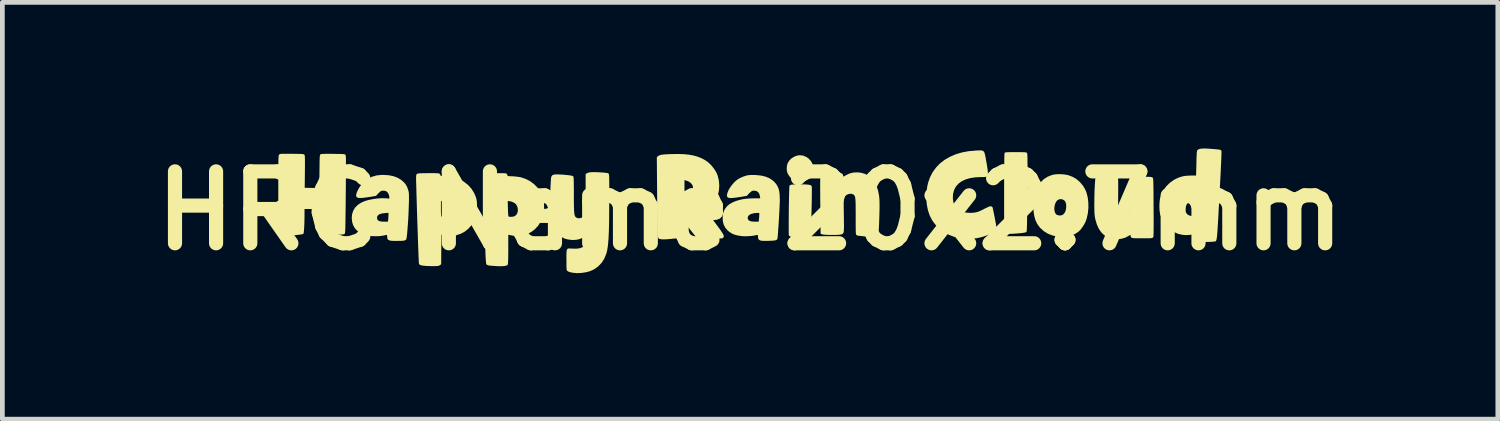
<source format=kicad_pcb>
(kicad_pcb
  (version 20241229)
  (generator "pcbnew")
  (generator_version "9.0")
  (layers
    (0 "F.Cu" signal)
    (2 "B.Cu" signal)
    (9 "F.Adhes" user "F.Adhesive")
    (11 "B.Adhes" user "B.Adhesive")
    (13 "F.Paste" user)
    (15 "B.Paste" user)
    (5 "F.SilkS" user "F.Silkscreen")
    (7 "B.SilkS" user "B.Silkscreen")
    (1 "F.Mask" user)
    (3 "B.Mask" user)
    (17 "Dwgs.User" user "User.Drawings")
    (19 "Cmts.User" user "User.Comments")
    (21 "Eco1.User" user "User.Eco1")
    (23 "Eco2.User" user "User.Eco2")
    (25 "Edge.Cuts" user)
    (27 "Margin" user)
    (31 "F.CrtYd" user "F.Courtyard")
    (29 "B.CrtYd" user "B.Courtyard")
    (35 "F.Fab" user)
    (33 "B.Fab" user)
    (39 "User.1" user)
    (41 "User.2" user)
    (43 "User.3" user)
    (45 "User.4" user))
  (footprint "HRC Name 20x2.7mm"
    (layer "F.Cu")
    (at 12.852 1.418)
    (property "Reference" "HRC Name 20x2.7mm" (at 0 0 0) (layer "F.SilkS") (effects (font (size 1.524 1.524) (thickness 0.3))))
    (attr board_only exclude_from_pos_files exclude_from_bom)
    (fp_poly (pts (xy 1.124 -1.169) (xy 1.186 -1.144) (xy 1.242 -1.106) (xy 1.288 -1.056) (xy 1.321 -0.998) (xy 1.34 -0.934) (xy 1.342 -0.919) (xy 1.339 -0.85) (xy 1.32 -0.785) (xy 1.287 -0.727) (xy 1.24 -0.679) (xy 1.184 -0.643) (xy 1.124 -0.622) (xy 1.084 -0.615) (xy 1.053 -0.613) (xy 1.02 -0.617) (xy 0.992 -0.623) (xy 0.932 -0.646) (xy 0.877 -0.684) (xy 0.83 -0.734) (xy 0.795 -0.795) (xy 0.792 -0.801) (xy 0.78 -0.848) (xy 0.777 -0.904) (xy 0.783 -0.96) (xy 0.797 -1.009) (xy 0.83 -1.063) (xy 0.877 -1.109) (xy 0.933 -1.145) (xy 0.995 -1.169) (xy 1.057 -1.177)) (stroke (width 0) (type solid)) (fill yes) (layer "F.SilkS"))
    (fp_poly (pts (xy 1.133 -0.559) (xy 1.192 -0.557) (xy 1.236 -0.553) (xy 1.268 -0.547) (xy 1.289 -0.538) (xy 1.303 -0.526) (xy 1.307 -0.52) (xy 1.308 -0.507) (xy 1.309 -0.477) (xy 1.31 -0.43) (xy 1.309 -0.367) (xy 1.309 -0.289) (xy 1.307 -0.197) (xy 1.305 -0.092) (xy 1.303 0.009) (xy 1.3 0.12) (xy 1.297 0.215) (xy 1.295 0.294) (xy 1.293 0.359) (xy 1.291 0.411) (xy 1.289 0.452) (xy 1.287 0.483) (xy 1.284 0.505) (xy 1.282 0.52) (xy 1.279 0.53) (xy 1.276 0.536) (xy 1.275 0.536) (xy 1.258 0.544) (xy 1.226 0.551) (xy 1.183 0.557) (xy 1.132 0.561) (xy 1.076 0.563) (xy 1.02 0.564) (xy 0.967 0.564) (xy 0.92 0.561) (xy 0.883 0.557) (xy 0.862 0.551) (xy 0.839 0.539) (xy 0.824 0.527) (xy 0.823 0.526) (xy 0.821 0.514) (xy 0.82 0.487) (xy 0.819 0.444) (xy 0.819 0.39) (xy 0.819 0.325) (xy 0.819 0.252) (xy 0.82 0.172) (xy 0.82 0.088) (xy 0.821 0.003) (xy 0.822 -0.083) (xy 0.824 -0.167) (xy 0.825 -0.247) (xy 0.827 -0.32) (xy 0.828 -0.386) (xy 0.83 -0.441) (xy 0.832 -0.485) (xy 0.833 -0.513) (xy 0.835 -0.526) (xy 0.84 -0.536) (xy 0.849 -0.544) (xy 0.864 -0.55) (xy 0.886 -0.554) (xy 0.919 -0.556) (xy 0.965 -0.558) (xy 1.026 -0.559) (xy 1.059 -0.559)) (stroke (width 0) (type solid)) (fill yes) (layer "F.SilkS"))
    (fp_poly (pts (xy 6.632 -0.773) (xy 6.699 -0.764) (xy 6.739 -0.756) (xy 6.834 -0.721) (xy 6.92 -0.671) (xy 6.995 -0.606) (xy 7.059 -0.529) (xy 7.11 -0.441) (xy 7.133 -0.382) (xy 7.158 -0.284) (xy 7.171 -0.176) (xy 7.173 -0.064) (xy 7.162 0.048) (xy 7.139 0.154) (xy 7.119 0.217) (xy 7.095 0.268) (xy 7.062 0.324) (xy 7.025 0.377) (xy 6.986 0.422) (xy 6.958 0.447) (xy 6.881 0.497) (xy 6.794 0.531) (xy 6.698 0.551) (xy 6.595 0.555) (xy 6.512 0.547) (xy 6.406 0.523) (xy 6.309 0.484) (xy 6.224 0.43) (xy 6.15 0.362) (xy 6.136 0.346) (xy 6.086 0.276) (xy 6.049 0.197) (xy 6.024 0.108) (xy 6.01 0.008) (xy 6.008 -0.047) (xy 6.45 -0.047) (xy 6.455 0.009) (xy 6.469 0.05) (xy 6.492 0.079) (xy 6.505 0.087) (xy 6.544 0.099) (xy 6.587 0.1) (xy 6.626 0.088) (xy 6.629 0.086) (xy 6.659 0.058) (xy 6.683 0.017) (xy 6.698 -0.035) (xy 6.703 -0.091) (xy 6.699 -0.15) (xy 6.683 -0.194) (xy 6.657 -0.224) (xy 6.618 -0.242) (xy 6.594 -0.247) (xy 6.553 -0.243) (xy 6.517 -0.224) (xy 6.488 -0.19) (xy 6.466 -0.144) (xy 6.453 -0.089) (xy 6.45 -0.047) (xy 6.008 -0.047) (xy 6.006 -0.084) (xy 6.013 -0.212) (xy 6.032 -0.329) (xy 6.063 -0.434) (xy 6.106 -0.526) (xy 6.161 -0.604) (xy 6.227 -0.669) (xy 6.303 -0.719) (xy 6.391 -0.755) (xy 6.435 -0.766) (xy 6.493 -0.774) (xy 6.561 -0.776)) (stroke (width 0) (type solid)) (fill yes) (layer "F.SilkS"))
    (fp_poly (pts (xy 5.702 -1.242) (xy 5.756 -1.242) (xy 5.797 -1.241) (xy 5.825 -1.24) (xy 5.845 -1.238) (xy 5.857 -1.235) (xy 5.864 -1.23) (xy 5.869 -1.225) (xy 5.872 -1.221) (xy 5.874 -1.216) (xy 5.876 -1.206) (xy 5.878 -1.19) (xy 5.879 -1.168) (xy 5.88 -1.138) (xy 5.881 -1.099) (xy 5.881 -1.051) (xy 5.882 -0.991) (xy 5.882 -0.919) (xy 5.881 -0.834) (xy 5.881 -0.735) (xy 5.88 -0.62) (xy 5.879 -0.488) (xy 5.878 -0.382) (xy 5.877 -0.239) (xy 5.876 -0.114) (xy 5.875 -0.004) (xy 5.874 0.09) (xy 5.873 0.17) (xy 5.872 0.238) (xy 5.871 0.293) (xy 5.869 0.338) (xy 5.868 0.374) (xy 5.867 0.401) (xy 5.865 0.421) (xy 5.863 0.435) (xy 5.861 0.444) (xy 5.858 0.449) (xy 5.857 0.45) (xy 5.845 0.457) (xy 5.822 0.463) (xy 5.785 0.469) (xy 5.733 0.475) (xy 5.7 0.478) (xy 5.624 0.484) (xy 5.564 0.488) (xy 5.519 0.49) (xy 5.484 0.489) (xy 5.459 0.486) (xy 5.442 0.481) (xy 5.417 0.468) (xy 5.402 0.457) (xy 5.399 0.454) (xy 5.397 0.448) (xy 5.395 0.44) (xy 5.393 0.427) (xy 5.391 0.408) (xy 5.39 0.383) (xy 5.389 0.351) (xy 5.388 0.309) (xy 5.387 0.257) (xy 5.387 0.194) (xy 5.386 0.119) (xy 5.386 0.03) (xy 5.386 -0.074) (xy 5.386 -0.193) (xy 5.386 -0.329) (xy 5.386 -0.382) (xy 5.386 -0.549) (xy 5.386 -0.698) (xy 5.387 -0.828) (xy 5.388 -0.94) (xy 5.389 -1.033) (xy 5.39 -1.108) (xy 5.391 -1.164) (xy 5.393 -1.202) (xy 5.395 -1.222) (xy 5.396 -1.224) (xy 5.399 -1.23) (xy 5.406 -1.234) (xy 5.417 -1.237) (xy 5.436 -1.24) (xy 5.463 -1.241) (xy 5.503 -1.242) (xy 5.556 -1.242) (xy 5.625 -1.242) (xy 5.632 -1.242)) (stroke (width 0) (type solid)) (fill yes) (layer "F.SilkS"))
    (fp_poly (pts (xy 4.921 -1.276) (xy 4.943 -1.267) (xy 4.96 -1.249) (xy 4.972 -1.222) (xy 4.982 -1.182) (xy 4.993 -1.128) (xy 5.002 -1.075) (xy 5.018 -0.99) (xy 5.029 -0.92) (xy 5.037 -0.866) (xy 5.041 -0.823) (xy 5.042 -0.79) (xy 5.039 -0.766) (xy 5.033 -0.747) (xy 5.023 -0.733) (xy 5.019 -0.728) (xy 5.009 -0.722) (xy 4.992 -0.718) (xy 4.964 -0.715) (xy 4.923 -0.714) (xy 4.892 -0.714) (xy 4.77 -0.708) (xy 4.661 -0.691) (xy 4.566 -0.663) (xy 4.485 -0.624) (xy 4.418 -0.574) (xy 4.365 -0.515) (xy 4.327 -0.445) (xy 4.305 -0.365) (xy 4.302 -0.347) (xy 4.299 -0.258) (xy 4.31 -0.18) (xy 4.336 -0.112) (xy 4.376 -0.056) (xy 4.43 -0.012) (xy 4.497 0.02) (xy 4.576 0.039) (xy 4.668 0.045) (xy 4.694 0.044) (xy 4.739 0.041) (xy 4.776 0.036) (xy 4.811 0.028) (xy 4.848 0.016) (xy 4.889 -0.002) (xy 4.941 -0.027) (xy 4.979 -0.047) (xy 5.026 -0.07) (xy 5.059 -0.085) (xy 5.082 -0.093) (xy 5.098 -0.096) (xy 5.11 -0.094) (xy 5.111 -0.093) (xy 5.13 -0.084) (xy 5.139 -0.076) (xy 5.143 -0.064) (xy 5.149 -0.038) (xy 5.157 0.002) (xy 5.168 0.052) (xy 5.179 0.11) (xy 5.187 0.147) (xy 5.201 0.222) (xy 5.212 0.28) (xy 5.218 0.324) (xy 5.221 0.354) (xy 5.221 0.372) (xy 5.22 0.379) (xy 5.202 0.401) (xy 5.174 0.429) (xy 5.138 0.457) (xy 5.101 0.483) (xy 5.071 0.501) (xy 5.018 0.523) (xy 4.955 0.545) (xy 4.886 0.565) (xy 4.82 0.579) (xy 4.795 0.583) (xy 4.737 0.589) (xy 4.667 0.592) (xy 4.593 0.592) (xy 4.52 0.588) (xy 4.457 0.582) (xy 4.436 0.579) (xy 4.315 0.549) (xy 4.202 0.504) (xy 4.098 0.445) (xy 4.005 0.374) (xy 3.924 0.29) (xy 3.857 0.197) (xy 3.808 0.1) (xy 3.771 -0.01) (xy 3.747 -0.129) (xy 3.736 -0.254) (xy 3.739 -0.382) (xy 3.755 -0.509) (xy 3.774 -0.593) (xy 3.815 -0.71) (xy 3.871 -0.818) (xy 3.942 -0.916) (xy 4.026 -1.003) (xy 4.124 -1.079) (xy 4.235 -1.143) (xy 4.357 -1.196) (xy 4.49 -1.236) (xy 4.634 -1.263) (xy 4.787 -1.276) (xy 4.793 -1.277) (xy 4.847 -1.279) (xy 4.889 -1.279)) (stroke (width 0) (type solid)) (fill yes) (layer "F.SilkS"))
    (fp_poly (pts (xy -6.743 -0.797) (xy -6.689 -0.797) (xy -6.65 -0.796) (xy -6.621 -0.794) (xy -6.602 -0.792) (xy -6.59 -0.788) (xy -6.582 -0.784) (xy -6.579 -0.78) (xy -6.567 -0.762) (xy -6.563 -0.749) (xy -6.56 -0.743) (xy -6.549 -0.738) (xy -6.528 -0.735) (xy -6.493 -0.732) (xy -6.45 -0.73) (xy -6.347 -0.721) (xy -6.257 -0.703) (xy -6.176 -0.674) (xy -6.099 -0.635) (xy -6.06 -0.61) (xy -5.974 -0.542) (xy -5.904 -0.463) (xy -5.849 -0.374) (xy -5.815 -0.293) (xy -5.805 -0.26) (xy -5.798 -0.231) (xy -5.793 -0.201) (xy -5.791 -0.165) (xy -5.79 -0.118) (xy -5.79 -0.088) (xy -5.792 -0.013) (xy -5.797 0.049) (xy -5.807 0.102) (xy -5.823 0.153) (xy -5.846 0.206) (xy -5.854 0.223) (xy -5.907 0.308) (xy -5.973 0.382) (xy -6.049 0.442) (xy -6.134 0.488) (xy -6.225 0.519) (xy -6.321 0.535) (xy -6.42 0.534) (xy -6.518 0.515) (xy -6.524 0.514) (xy -6.544 0.508) (xy -6.549 1.134) (xy -6.575 1.153) (xy -6.59 1.162) (xy -6.607 1.168) (xy -6.632 1.172) (xy -6.668 1.173) (xy -6.701 1.174) (xy -6.755 1.174) (xy -6.815 1.172) (xy -6.87 1.17) (xy -6.888 1.168) (xy -6.94 1.163) (xy -6.976 1.156) (xy -7 1.147) (xy -7.014 1.134) (xy -7.02 1.115) (xy -7.021 1.11) (xy -7.023 1.095) (xy -7.024 1.063) (xy -7.026 1.016) (xy -7.029 0.954) (xy -7.032 0.881) (xy -7.035 0.797) (xy -7.038 0.704) (xy -7.042 0.604) (xy -7.045 0.498) (xy -7.049 0.388) (xy -7.053 0.275) (xy -7.057 0.161) (xy -7.06 0.048) (xy -7.064 -0.063) (xy -7.067 -0.171) (xy -7.068 -0.206) (xy -6.554 -0.206) (xy -6.554 -0.044) (xy -6.554 0.019) (xy -6.552 0.066) (xy -6.55 0.097) (xy -6.547 0.116) (xy -6.543 0.123) (xy -6.542 0.124) (xy -6.513 0.129) (xy -6.475 0.129) (xy -6.438 0.123) (xy -6.409 0.112) (xy -6.408 0.112) (xy -6.375 0.084) (xy -6.354 0.049) (xy -6.344 0.002) (xy -6.345 -0.056) (xy -6.362 -0.107) (xy -6.395 -0.149) (xy -6.441 -0.18) (xy -6.499 -0.199) (xy -6.512 -0.201) (xy -6.554 -0.206) (xy -7.068 -0.206) (xy -7.07 -0.273) (xy -7.073 -0.368) (xy -7.075 -0.454) (xy -7.077 -0.531) (xy -7.079 -0.596) (xy -7.08 -0.647) (xy -7.081 -0.684) (xy -7.081 -0.704) (xy -7.081 -0.704) (xy -7.079 -0.74) (xy -7.075 -0.762) (xy -7.069 -0.775) (xy -7.058 -0.783) (xy -7.055 -0.785) (xy -7.04 -0.789) (xy -7.013 -0.793) (xy -6.972 -0.795) (xy -6.917 -0.796) (xy -6.845 -0.797) (xy -6.813 -0.797)) (stroke (width 0) (type solid)) (fill yes) (layer "F.SilkS"))
    (fp_poly (pts (xy -5.247 -0.796) (xy -5.208 -0.795) (xy -5.184 -0.794) (xy -5.177 -0.793) (xy -5.158 -0.781) (xy -5.147 -0.762) (xy -5.138 -0.735) (xy -5.028 -0.73) (xy -4.977 -0.726) (xy -4.926 -0.72) (xy -4.882 -0.714) (xy -4.858 -0.709) (xy -4.754 -0.673) (xy -4.66 -0.624) (xy -4.576 -0.561) (xy -4.504 -0.488) (xy -4.446 -0.404) (xy -4.403 -0.312) (xy -4.379 -0.231) (xy -4.369 -0.155) (xy -4.367 -0.071) (xy -4.373 0.016) (xy -4.387 0.096) (xy -4.399 0.139) (xy -4.441 0.236) (xy -4.495 0.32) (xy -4.562 0.392) (xy -4.638 0.45) (xy -4.724 0.494) (xy -4.817 0.522) (xy -4.916 0.534) (xy -5.019 0.53) (xy -5.101 0.514) (xy -5.126 0.508) (xy -5.126 0.815) (xy -5.127 0.904) (xy -5.127 0.98) (xy -5.129 1.043) (xy -5.131 1.092) (xy -5.133 1.124) (xy -5.136 1.14) (xy -5.136 1.14) (xy -5.15 1.155) (xy -5.177 1.166) (xy -5.217 1.173) (xy -5.271 1.176) (xy -5.34 1.175) (xy -5.426 1.17) (xy -5.469 1.167) (xy -5.515 1.163) (xy -5.546 1.158) (xy -5.567 1.152) (xy -5.58 1.144) (xy -5.584 1.141) (xy -5.588 1.137) (xy -5.59 1.132) (xy -5.593 1.125) (xy -5.596 1.114) (xy -5.598 1.098) (xy -5.6 1.077) (xy -5.602 1.049) (xy -5.605 1.012) (xy -5.607 0.967) (xy -5.61 0.911) (xy -5.612 0.843) (xy -5.615 0.763) (xy -5.619 0.669) (xy -5.623 0.56) (xy -5.627 0.436) (xy -5.632 0.294) (xy -5.633 0.266) (xy -5.639 0.107) (xy -5.644 -0.034) (xy -5.648 -0.159) (xy -5.649 -0.204) (xy -5.138 -0.204) (xy -5.134 -0.048) (xy -5.132 0.004) (xy -5.13 0.05) (xy -5.127 0.087) (xy -5.125 0.111) (xy -5.123 0.119) (xy -5.109 0.126) (xy -5.083 0.129) (xy -5.05 0.128) (xy -5.017 0.123) (xy -4.99 0.114) (xy -4.958 0.089) (xy -4.936 0.053) (xy -4.924 0.009) (xy -4.924 -0.039) (xy -4.934 -0.086) (xy -4.956 -0.128) (xy -4.971 -0.146) (xy -5.004 -0.17) (xy -5.047 -0.19) (xy -5.093 -0.202) (xy -5.115 -0.204) (xy -5.138 -0.204) (xy -5.649 -0.204) (xy -5.652 -0.269) (xy -5.655 -0.364) (xy -5.657 -0.447) (xy -5.659 -0.516) (xy -5.661 -0.575) (xy -5.662 -0.623) (xy -5.662 -0.663) (xy -5.662 -0.694) (xy -5.662 -0.718) (xy -5.661 -0.736) (xy -5.66 -0.75) (xy -5.658 -0.759) (xy -5.656 -0.766) (xy -5.654 -0.771) (xy -5.651 -0.775) (xy -5.651 -0.775) (xy -5.646 -0.78) (xy -5.638 -0.785) (xy -5.625 -0.788) (xy -5.605 -0.791) (xy -5.575 -0.792) (xy -5.533 -0.794) (xy -5.477 -0.795) (xy -5.418 -0.796) (xy -5.354 -0.796) (xy -5.297 -0.796)) (stroke (width 0) (type solid)) (fill yes) (layer "F.SilkS"))
    (fp_poly (pts (xy -7.669 -0.754) (xy -7.565 -0.734) (xy -7.474 -0.701) (xy -7.396 -0.654) (xy -7.336 -0.6) (xy -7.298 -0.554) (xy -7.271 -0.504) (xy -7.25 -0.445) (xy -7.244 -0.426) (xy -7.239 -0.404) (xy -7.235 -0.381) (xy -7.233 -0.353) (xy -7.232 -0.318) (xy -7.232 -0.274) (xy -7.232 -0.216) (xy -7.234 -0.148) (xy -7.237 -0.062) (xy -7.24 0.026) (xy -7.244 0.116) (xy -7.249 0.204) (xy -7.255 0.288) (xy -7.261 0.367) (xy -7.267 0.438) (xy -7.272 0.5) (xy -7.278 0.549) (xy -7.284 0.585) (xy -7.289 0.605) (xy -7.29 0.607) (xy -7.3 0.618) (xy -7.316 0.627) (xy -7.339 0.633) (xy -7.373 0.637) (xy -7.419 0.639) (xy -7.481 0.639) (xy -7.499 0.64) (xy -7.554 0.639) (xy -7.594 0.637) (xy -7.623 0.634) (xy -7.644 0.629) (xy -7.657 0.623) (xy -7.676 0.612) (xy -7.686 0.599) (xy -7.691 0.579) (xy -7.692 0.559) (xy -7.695 0.529) (xy -7.699 0.515) (xy -7.711 0.512) (xy -7.734 0.517) (xy -7.741 0.519) (xy -7.801 0.531) (xy -7.873 0.539) (xy -7.951 0.54) (xy -8.029 0.537) (xy -8.102 0.529) (xy -8.164 0.516) (xy -8.172 0.513) (xy -8.252 0.479) (xy -8.32 0.433) (xy -8.374 0.377) (xy -8.413 0.31) (xy -8.435 0.243) (xy -8.444 0.165) (xy -7.907 0.165) (xy -7.905 0.177) (xy -7.891 0.201) (xy -7.864 0.218) (xy -7.822 0.228) (xy -7.763 0.232) (xy -7.758 0.232) (xy -7.678 0.232) (xy -7.672 0.189) (xy -7.669 0.153) (xy -7.667 0.112) (xy -7.666 0.095) (xy -7.666 0.044) (xy -7.74 0.049) (xy -7.807 0.058) (xy -7.857 0.074) (xy -7.89 0.097) (xy -7.907 0.127) (xy -7.907 0.165) (xy -8.444 0.165) (xy -8.445 0.156) (xy -8.438 0.075) (xy -8.414 0.001) (xy -8.374 -0.066) (xy -8.318 -0.123) (xy -8.248 -0.17) (xy -8.17 -0.204) (xy -8.09 -0.228) (xy -8 -0.246) (xy -7.906 -0.259) (xy -7.815 -0.266) (xy -7.733 -0.265) (xy -7.715 -0.264) (xy -7.648 -0.257) (xy -7.648 -0.289) (xy -7.654 -0.328) (xy -7.67 -0.366) (xy -7.693 -0.398) (xy -7.712 -0.412) (xy -7.748 -0.424) (xy -7.788 -0.426) (xy -7.823 -0.418) (xy -7.827 -0.416) (xy -7.844 -0.404) (xy -7.867 -0.382) (xy -7.889 -0.36) (xy -7.931 -0.315) (xy -8.071 -0.292) (xy -8.153 -0.28) (xy -8.218 -0.272) (xy -8.269 -0.27) (xy -8.306 -0.273) (xy -8.331 -0.282) (xy -8.346 -0.297) (xy -8.352 -0.317) (xy -8.352 -0.325) (xy -8.346 -0.364) (xy -8.328 -0.411) (xy -8.301 -0.464) (xy -8.268 -0.517) (xy -8.229 -0.568) (xy -8.189 -0.612) (xy -8.182 -0.618) (xy -8.105 -0.677) (xy -8.018 -0.72) (xy -7.921 -0.748) (xy -7.815 -0.76) (xy -7.785 -0.76)) (stroke (width 0) (type solid)) (fill yes) (layer "F.SilkS"))
    (fp_poly (pts (xy 9.675 -1.319) (xy 9.751 -1.314) (xy 9.779 -1.312) (xy 9.845 -1.307) (xy 9.895 -1.302) (xy 9.932 -1.298) (xy 9.957 -1.294) (xy 9.973 -1.289) (xy 9.984 -1.283) (xy 9.99 -1.275) (xy 9.993 -1.27) (xy 9.994 -1.258) (xy 9.994 -1.227) (xy 9.993 -1.179) (xy 9.99 -1.113) (xy 9.987 -1.03) (xy 9.982 -0.931) (xy 9.977 -0.814) (xy 9.97 -0.682) (xy 9.962 -0.533) (xy 9.954 -0.369) (xy 9.951 -0.319) (xy 9.943 -0.165) (xy 9.935 -0.027) (xy 9.929 0.093) (xy 9.923 0.199) (xy 9.917 0.29) (xy 9.913 0.368) (xy 9.908 0.434) (xy 9.904 0.488) (xy 9.9 0.533) (xy 9.896 0.568) (xy 9.891 0.596) (xy 9.887 0.616) (xy 9.882 0.631) (xy 9.877 0.641) (xy 9.871 0.646) (xy 9.864 0.65) (xy 9.857 0.651) (xy 9.848 0.652) (xy 9.841 0.653) (xy 9.811 0.656) (xy 9.769 0.659) (xy 9.719 0.661) (xy 9.665 0.662) (xy 9.613 0.662) (xy 9.565 0.662) (xy 9.526 0.66) (xy 9.5 0.658) (xy 9.496 0.657) (xy 9.46 0.645) (xy 9.438 0.625) (xy 9.426 0.594) (xy 9.423 0.553) (xy 9.422 0.518) (xy 9.417 0.501) (xy 9.412 0.498) (xy 9.321 0.512) (xy 9.24 0.516) (xy 9.165 0.51) (xy 9.089 0.493) (xy 9.067 0.486) (xy 8.981 0.449) (xy 8.901 0.397) (xy 8.831 0.331) (xy 8.772 0.255) (xy 8.726 0.169) (xy 8.695 0.078) (xy 8.691 0.06) (xy 8.682 -0.000425) (xy 8.682 -0.005) (xy 9.234 -0.005) (xy 9.237 0.022) (xy 9.245 0.043) (xy 9.251 0.054) (xy 9.28 0.084) (xy 9.319 0.103) (xy 9.373 0.111) (xy 9.383 0.111) (xy 9.435 0.111) (xy 9.439 -0.049) (xy 9.44 -0.101) (xy 9.44 -0.148) (xy 9.439 -0.184) (xy 9.438 -0.208) (xy 9.436 -0.216) (xy 9.424 -0.219) (xy 9.4 -0.216) (xy 9.369 -0.209) (xy 9.338 -0.198) (xy 9.312 -0.186) (xy 9.306 -0.182) (xy 9.272 -0.155) (xy 9.251 -0.125) (xy 9.239 -0.086) (xy 9.235 -0.044) (xy 9.234 -0.005) (xy 8.682 -0.005) (xy 8.678 -0.071) (xy 8.679 -0.145) (xy 8.684 -0.213) (xy 8.691 -0.255) (xy 8.72 -0.35) (xy 8.766 -0.44) (xy 8.827 -0.522) (xy 8.901 -0.594) (xy 8.986 -0.654) (xy 9.031 -0.678) (xy 9.099 -0.708) (xy 9.164 -0.728) (xy 9.233 -0.74) (xy 9.311 -0.745) (xy 9.342 -0.746) (xy 9.455 -0.746) (xy 9.456 -0.779) (xy 9.457 -0.797) (xy 9.458 -0.831) (xy 9.459 -0.877) (xy 9.461 -0.933) (xy 9.462 -0.995) (xy 9.463 -1.04) (xy 9.465 -1.112) (xy 9.467 -1.167) (xy 9.469 -1.208) (xy 9.471 -1.238) (xy 9.474 -1.259) (xy 9.478 -1.273) (xy 9.482 -1.282) (xy 9.488 -1.288) (xy 9.507 -1.302) (xy 9.533 -1.312) (xy 9.568 -1.317) (xy 9.615 -1.32)) (stroke (width 0) (type solid)) (fill yes) (layer "F.SilkS"))
    (fp_poly (pts (xy -1.396 -1.199) (xy -1.292 -1.188) (xy -1.199 -1.171) (xy -1.114 -1.147) (xy -1.035 -1.116) (xy -0.959 -1.076) (xy -0.887 -1.026) (xy -0.82 -0.961) (xy -0.761 -0.887) (xy -0.714 -0.809) (xy -0.687 -0.744) (xy -0.662 -0.642) (xy -0.653 -0.537) (xy -0.66 -0.432) (xy -0.682 -0.33) (xy -0.719 -0.232) (xy -0.769 -0.143) (xy -0.833 -0.063) (xy -0.877 -0.021) (xy -0.919 0.015) (xy -0.738 0.26) (xy -0.685 0.331) (xy -0.642 0.39) (xy -0.61 0.436) (xy -0.586 0.473) (xy -0.569 0.502) (xy -0.56 0.523) (xy -0.557 0.539) (xy -0.559 0.552) (xy -0.565 0.563) (xy -0.571 0.569) (xy -0.583 0.581) (xy -0.587 0.585) (xy -0.596 0.586) (xy -0.622 0.587) (xy -0.661 0.589) (xy -0.711 0.592) (xy -0.77 0.595) (xy -0.834 0.598) (xy -0.914 0.602) (xy -0.978 0.604) (xy -1.026 0.605) (xy -1.062 0.605) (xy -1.086 0.603) (xy -1.1 0.6) (xy -1.103 0.599) (xy -1.114 0.59) (xy -1.135 0.567) (xy -1.163 0.534) (xy -1.196 0.494) (xy -1.233 0.447) (xy -1.272 0.397) (xy -1.312 0.346) (xy -1.349 0.295) (xy -1.383 0.248) (xy -1.385 0.246) (xy -1.39 0.24) (xy -1.394 0.242) (xy -1.396 0.254) (xy -1.397 0.279) (xy -1.397 0.317) (xy -1.397 0.362) (xy -1.397 0.417) (xy -1.398 0.457) (xy -1.4 0.487) (xy -1.404 0.508) (xy -1.41 0.525) (xy -1.413 0.531) (xy -1.42 0.545) (xy -1.428 0.556) (xy -1.438 0.564) (xy -1.455 0.57) (xy -1.481 0.575) (xy -1.518 0.58) (xy -1.57 0.586) (xy -1.594 0.588) (xy -1.677 0.597) (xy -1.744 0.603) (xy -1.797 0.606) (xy -1.838 0.607) (xy -1.869 0.606) (xy -1.894 0.602) (xy -1.897 0.602) (xy -1.908 0.6) (xy -1.918 0.598) (xy -1.927 0.596) (xy -1.934 0.592) (xy -1.941 0.585) (xy -1.946 0.574) (xy -1.951 0.559) (xy -1.954 0.537) (xy -1.958 0.508) (xy -1.96 0.47) (xy -1.962 0.423) (xy -1.964 0.366) (xy -1.965 0.297) (xy -1.966 0.215) (xy -1.967 0.119) (xy -1.968 0.008) (xy -1.969 -0.119) (xy -1.97 -0.264) (xy -1.97 -0.287) (xy -1.973 -0.649) (xy -1.391 -0.649) (xy -1.391 -0.258) (xy -1.365 -0.264) (xy -1.341 -0.272) (xy -1.312 -0.287) (xy -1.3 -0.293) (xy -1.269 -0.316) (xy -1.242 -0.345) (xy -1.235 -0.354) (xy -1.221 -0.378) (xy -1.213 -0.402) (xy -1.21 -0.432) (xy -1.21 -0.459) (xy -1.211 -0.497) (xy -1.215 -0.524) (xy -1.225 -0.547) (xy -1.235 -0.563) (xy -1.268 -0.598) (xy -1.314 -0.626) (xy -1.365 -0.643) (xy -1.391 -0.649) (xy -1.973 -0.649) (xy -1.977 -1.136) (xy -1.955 -1.155) (xy -1.937 -1.168) (xy -1.914 -1.178) (xy -1.882 -1.186) (xy -1.839 -1.192) (xy -1.785 -1.196) (xy -1.715 -1.2) (xy -1.645 -1.202) (xy -1.513 -1.203)) (stroke (width 0) (type solid)) (fill yes) (layer "F.SilkS"))
    (fp_poly (pts (xy 0.107 -0.758) (xy 0.113 -0.758) (xy 0.224 -0.747) (xy 0.32 -0.726) (xy 0.403 -0.693) (xy 0.473 -0.648) (xy 0.52 -0.605) (xy 0.557 -0.56) (xy 0.585 -0.514) (xy 0.606 -0.463) (xy 0.619 -0.405) (xy 0.627 -0.335) (xy 0.63 -0.252) (xy 0.63 -0.229) (xy 0.63 -0.192) (xy 0.628 -0.142) (xy 0.625 -0.082) (xy 0.622 -0.013) (xy 0.618 0.061) (xy 0.614 0.138) (xy 0.609 0.216) (xy 0.604 0.293) (xy 0.599 0.366) (xy 0.594 0.433) (xy 0.59 0.492) (xy 0.586 0.54) (xy 0.582 0.575) (xy 0.58 0.594) (xy 0.579 0.596) (xy 0.571 0.609) (xy 0.558 0.619) (xy 0.537 0.627) (xy 0.506 0.632) (xy 0.462 0.635) (xy 0.403 0.637) (xy 0.385 0.638) (xy 0.327 0.638) (xy 0.285 0.638) (xy 0.254 0.637) (xy 0.232 0.634) (xy 0.216 0.629) (xy 0.204 0.624) (xy 0.185 0.612) (xy 0.175 0.599) (xy 0.17 0.578) (xy 0.169 0.559) (xy 0.166 0.529) (xy 0.162 0.515) (xy 0.15 0.512) (xy 0.127 0.517) (xy 0.12 0.519) (xy 0.077 0.528) (xy 0.021 0.535) (xy -0.041 0.539) (xy -0.103 0.541) (xy -0.16 0.539) (xy -0.182 0.537) (xy -0.269 0.523) (xy -0.341 0.503) (xy -0.403 0.473) (xy -0.458 0.434) (xy -0.475 0.419) (xy -0.526 0.359) (xy -0.561 0.29) (xy -0.579 0.212) (xy -0.581 0.137) (xy -0.05 0.137) (xy -0.048 0.17) (xy -0.046 0.178) (xy -0.03 0.201) (xy -0.006 0.217) (xy 0.031 0.227) (xy 0.083 0.231) (xy 0.103 0.231) (xy 0.183 0.232) (xy 0.189 0.175) (xy 0.192 0.137) (xy 0.194 0.101) (xy 0.195 0.082) (xy 0.195 0.046) (xy 0.154 0.046) (xy 0.09 0.051) (xy 0.036 0.063) (xy -0.006 0.082) (xy -0.036 0.107) (xy -0.05 0.137) (xy -0.581 0.137) (xy -0.582 0.126) (xy -0.581 0.122) (xy -0.568 0.041) (xy -0.539 -0.029) (xy -0.494 -0.09) (xy -0.434 -0.142) (xy -0.357 -0.184) (xy -0.284 -0.212) (xy -0.21 -0.233) (xy -0.138 -0.248) (xy -0.061 -0.257) (xy 0.026 -0.262) (xy 0.082 -0.263) (xy 0.215 -0.264) (xy 0.21 -0.303) (xy 0.196 -0.357) (xy 0.171 -0.395) (xy 0.136 -0.418) (xy 0.09 -0.426) (xy 0.088 -0.426) (xy 0.058 -0.424) (xy 0.033 -0.414) (xy 0.006 -0.394) (xy -0.026 -0.362) (xy -0.028 -0.36) (xy -0.07 -0.315) (xy -0.21 -0.292) (xy -0.291 -0.28) (xy -0.357 -0.272) (xy -0.407 -0.269) (xy -0.444 -0.272) (xy -0.469 -0.281) (xy -0.484 -0.296) (xy -0.49 -0.317) (xy -0.489 -0.339) (xy -0.477 -0.388) (xy -0.452 -0.445) (xy -0.416 -0.504) (xy -0.373 -0.561) (xy -0.343 -0.594) (xy -0.304 -0.632) (xy -0.27 -0.66) (xy -0.233 -0.683) (xy -0.195 -0.702) (xy -0.136 -0.727) (xy -0.082 -0.745) (xy -0.028 -0.755) (xy 0.034 -0.759)) (stroke (width 0) (type solid)) (fill yes) (layer "F.SilkS"))
    (fp_poly (pts (xy 2.357 -0.805) (xy 2.437 -0.781) (xy 2.51 -0.744) (xy 2.573 -0.693) (xy 2.586 -0.68) (xy 2.638 -0.611) (xy 2.68 -0.527) (xy 2.713 -0.43) (xy 2.734 -0.323) (xy 2.742 -0.243) (xy 2.744 -0.196) (xy 2.745 -0.134) (xy 2.745 -0.059) (xy 2.743 0.025) (xy 2.741 0.115) (xy 2.738 0.208) (xy 2.734 0.3) (xy 2.73 0.379) (xy 2.727 0.43) (xy 2.723 0.466) (xy 2.719 0.491) (xy 2.714 0.508) (xy 2.706 0.521) (xy 2.702 0.527) (xy 2.69 0.539) (xy 2.677 0.546) (xy 2.659 0.55) (xy 2.629 0.552) (xy 2.599 0.553) (xy 2.554 0.553) (xy 2.498 0.55) (xy 2.442 0.545) (xy 2.41 0.542) (xy 2.367 0.537) (xy 2.329 0.533) (xy 2.301 0.53) (xy 2.289 0.529) (xy 2.27 0.523) (xy 2.257 0.515) (xy 2.252 0.511) (xy 2.249 0.506) (xy 2.246 0.496) (xy 2.243 0.482) (xy 2.242 0.46) (xy 2.24 0.43) (xy 2.24 0.389) (xy 2.239 0.336) (xy 2.239 0.269) (xy 2.239 0.186) (xy 2.239 0.119) (xy 2.239 0.018) (xy 2.238 -0.065) (xy 2.238 -0.134) (xy 2.236 -0.189) (xy 2.234 -0.232) (xy 2.23 -0.265) (xy 2.226 -0.291) (xy 2.22 -0.309) (xy 2.212 -0.323) (xy 2.203 -0.334) (xy 2.192 -0.343) (xy 2.187 -0.346) (xy 2.153 -0.359) (xy 2.113 -0.36) (xy 2.071 -0.348) (xy 2.033 -0.327) (xy 2.004 -0.298) (xy 2.001 -0.294) (xy 1.996 -0.286) (xy 1.992 -0.277) (xy 1.989 -0.266) (xy 1.987 -0.25) (xy 1.986 -0.227) (xy 1.985 -0.197) (xy 1.985 -0.156) (xy 1.985 -0.103) (xy 1.986 -0.036) (xy 1.987 0.046) (xy 1.988 0.093) (xy 1.989 0.187) (xy 1.99 0.265) (xy 1.991 0.328) (xy 1.99 0.378) (xy 1.988 0.416) (xy 1.985 0.444) (xy 1.98 0.464) (xy 1.973 0.478) (xy 1.964 0.487) (xy 1.953 0.494) (xy 1.939 0.499) (xy 1.93 0.502) (xy 1.907 0.507) (xy 1.87 0.51) (xy 1.824 0.513) (xy 1.77 0.513) (xy 1.714 0.513) (xy 1.659 0.512) (xy 1.607 0.51) (xy 1.564 0.506) (xy 1.532 0.502) (xy 1.516 0.497) (xy 1.495 0.484) (xy 1.489 -0.127) (xy 1.487 -0.262) (xy 1.487 -0.382) (xy 1.486 -0.487) (xy 1.486 -0.575) (xy 1.487 -0.647) (xy 1.488 -0.702) (xy 1.489 -0.74) (xy 1.491 -0.759) (xy 1.491 -0.762) (xy 1.503 -0.782) (xy 1.516 -0.791) (xy 1.529 -0.793) (xy 1.558 -0.795) (xy 1.6 -0.796) (xy 1.652 -0.797) (xy 1.711 -0.797) (xy 1.738 -0.797) (xy 1.805 -0.797) (xy 1.856 -0.797) (xy 1.894 -0.796) (xy 1.92 -0.795) (xy 1.937 -0.792) (xy 1.948 -0.789) (xy 1.955 -0.784) (xy 1.96 -0.777) (xy 1.96 -0.777) (xy 1.971 -0.755) (xy 1.975 -0.74) (xy 1.976 -0.726) (xy 1.978 -0.723) (xy 1.987 -0.727) (xy 2.008 -0.739) (xy 2.035 -0.755) (xy 2.109 -0.79) (xy 2.19 -0.81) (xy 2.274 -0.814)) (stroke (width 0) (type solid)) (fill yes) (layer "F.SilkS"))
    (fp_poly (pts (xy 7.482 -0.764) (xy 7.555 -0.759) (xy 7.59 -0.756) (xy 7.658 -0.749) (xy 7.71 -0.742) (xy 7.747 -0.735) (xy 7.773 -0.728) (xy 7.789 -0.72) (xy 7.798 -0.71) (xy 7.801 -0.704) (xy 7.802 -0.691) (xy 7.803 -0.661) (xy 7.804 -0.618) (xy 7.804 -0.562) (xy 7.805 -0.496) (xy 7.804 -0.422) (xy 7.804 -0.342) (xy 7.804 -0.322) (xy 7.803 -0.229) (xy 7.803 -0.153) (xy 7.803 -0.092) (xy 7.804 -0.044) (xy 7.805 -0.006) (xy 7.806 0.022) (xy 7.808 0.043) (xy 7.811 0.059) (xy 7.814 0.071) (xy 7.818 0.078) (xy 7.836 0.114) (xy 7.854 0.136) (xy 7.878 0.146) (xy 7.907 0.148) (xy 7.957 0.139) (xy 8.001 0.113) (xy 8.035 0.074) (xy 8.057 0.042) (xy 8.055 -0.313) (xy 8.054 -0.407) (xy 8.054 -0.485) (xy 8.054 -0.547) (xy 8.055 -0.596) (xy 8.058 -0.634) (xy 8.062 -0.661) (xy 8.068 -0.68) (xy 8.076 -0.693) (xy 8.087 -0.702) (xy 8.101 -0.707) (xy 8.118 -0.711) (xy 8.133 -0.714) (xy 8.163 -0.718) (xy 8.208 -0.721) (xy 8.266 -0.722) (xy 8.334 -0.722) (xy 8.35 -0.722) (xy 8.411 -0.72) (xy 8.456 -0.719) (xy 8.488 -0.717) (xy 8.51 -0.714) (xy 8.524 -0.709) (xy 8.533 -0.704) (xy 8.535 -0.702) (xy 8.538 -0.698) (xy 8.541 -0.691) (xy 8.544 -0.681) (xy 8.546 -0.667) (xy 8.547 -0.645) (xy 8.549 -0.617) (xy 8.55 -0.579) (xy 8.551 -0.531) (xy 8.552 -0.472) (xy 8.553 -0.4) (xy 8.553 -0.313) (xy 8.554 -0.211) (xy 8.554 -0.092) (xy 8.555 -0.068) (xy 8.555 0.054) (xy 8.556 0.16) (xy 8.556 0.249) (xy 8.556 0.324) (xy 8.555 0.386) (xy 8.555 0.436) (xy 8.554 0.475) (xy 8.553 0.505) (xy 8.552 0.528) (xy 8.55 0.544) (xy 8.548 0.554) (xy 8.545 0.562) (xy 8.542 0.566) (xy 8.542 0.566) (xy 8.535 0.572) (xy 8.526 0.576) (xy 8.513 0.579) (xy 8.491 0.582) (xy 8.461 0.583) (xy 8.418 0.584) (xy 8.36 0.584) (xy 8.31 0.584) (xy 8.239 0.584) (xy 8.184 0.583) (xy 8.144 0.582) (xy 8.114 0.579) (xy 8.095 0.575) (xy 8.082 0.568) (xy 8.075 0.558) (xy 8.07 0.545) (xy 8.067 0.534) (xy 8.06 0.51) (xy 8.024 0.534) (xy 7.953 0.571) (xy 7.874 0.594) (xy 7.788 0.602) (xy 7.787 0.602) (xy 7.743 0.6) (xy 7.699 0.596) (xy 7.664 0.59) (xy 7.66 0.589) (xy 7.578 0.561) (xy 7.507 0.517) (xy 7.445 0.457) (xy 7.394 0.383) (xy 7.353 0.293) (xy 7.321 0.187) (xy 7.309 0.127) (xy 7.305 0.092) (xy 7.301 0.043) (xy 7.299 -0.016) (xy 7.298 -0.084) (xy 7.298 -0.159) (xy 7.299 -0.237) (xy 7.3 -0.317) (xy 7.302 -0.397) (xy 7.305 -0.473) (xy 7.309 -0.544) (xy 7.313 -0.607) (xy 7.317 -0.661) (xy 7.322 -0.702) (xy 7.328 -0.728) (xy 7.331 -0.735) (xy 7.351 -0.75) (xy 7.381 -0.76) (xy 7.425 -0.764)) (stroke (width 0) (type solid)) (fill yes) (layer "F.SilkS"))
    (fp_poly (pts (xy -3.231 -0.817) (xy -3.18 -0.814) (xy -3.115 -0.81) (xy -3.067 -0.805) (xy -3.034 -0.801) (xy -3.012 -0.796) (xy -3.001 -0.79) (xy -2.998 -0.786) (xy -2.995 -0.779) (xy -2.992 -0.768) (xy -2.99 -0.752) (xy -2.988 -0.729) (xy -2.987 -0.697) (xy -2.986 -0.655) (xy -2.986 -0.601) (xy -2.985 -0.535) (xy -2.985 -0.453) (xy -2.985 -0.356) (xy -2.985 -0.293) (xy -2.986 -0.12) (xy -2.987 0.036) (xy -2.988 0.175) (xy -2.99 0.299) (xy -2.993 0.409) (xy -2.997 0.506) (xy -3.001 0.591) (xy -3.007 0.665) (xy -3.013 0.73) (xy -3.021 0.787) (xy -3.029 0.836) (xy -3.039 0.878) (xy -3.05 0.916) (xy -3.051 0.918) (xy -3.091 1.016) (xy -3.145 1.101) (xy -3.213 1.173) (xy -3.294 1.233) (xy -3.342 1.259) (xy -3.412 1.287) (xy -3.494 1.307) (xy -3.582 1.319) (xy -3.671 1.322) (xy -3.745 1.316) (xy -3.804 1.306) (xy -3.848 1.291) (xy -3.877 1.273) (xy -3.882 1.266) (xy -3.886 1.257) (xy -3.889 1.241) (xy -3.891 1.217) (xy -3.893 1.183) (xy -3.893 1.136) (xy -3.893 1.074) (xy -3.893 1.042) (xy -3.894 0.968) (xy -3.893 0.91) (xy -3.891 0.867) (xy -3.886 0.836) (xy -3.877 0.816) (xy -3.864 0.805) (xy -3.844 0.8) (xy -3.818 0.8) (xy -3.783 0.802) (xy -3.764 0.803) (xy -3.68 0.804) (xy -3.612 0.795) (xy -3.558 0.776) (xy -3.517 0.746) (xy -3.493 0.712) (xy -3.483 0.689) (xy -3.479 0.662) (xy -3.478 0.624) (xy -3.478 0.604) (xy -3.481 0.529) (xy -3.523 0.556) (xy -3.592 0.593) (xy -3.669 0.614) (xy -3.756 0.62) (xy -3.781 0.619) (xy -3.861 0.609) (xy -3.929 0.591) (xy -3.99 0.561) (xy -4.024 0.538) (xy -4.087 0.48) (xy -4.138 0.408) (xy -4.18 0.322) (xy -4.212 0.22) (xy -4.233 0.104) (xy -4.238 0.065) (xy -4.241 0.029) (xy -4.243 -0.011) (xy -4.244 -0.056) (xy -4.244 -0.11) (xy -4.243 -0.174) (xy -4.24 -0.252) (xy -4.237 -0.346) (xy -4.237 -0.352) (xy -4.234 -0.428) (xy -4.231 -0.499) (xy -4.228 -0.564) (xy -4.225 -0.618) (xy -4.222 -0.661) (xy -4.22 -0.69) (xy -4.219 -0.699) (xy -4.21 -0.73) (xy -4.194 -0.751) (xy -4.167 -0.764) (xy -4.127 -0.77) (xy -4.082 -0.771) (xy -4.039 -0.769) (xy -3.985 -0.766) (xy -3.927 -0.761) (xy -3.88 -0.757) (xy -3.828 -0.751) (xy -3.792 -0.745) (xy -3.768 -0.74) (xy -3.754 -0.733) (xy -3.748 -0.727) (xy -3.745 -0.719) (xy -3.742 -0.704) (xy -3.74 -0.68) (xy -3.739 -0.646) (xy -3.737 -0.6) (xy -3.737 -0.54) (xy -3.736 -0.465) (xy -3.736 -0.374) (xy -3.736 -0.338) (xy -3.736 -0.234) (xy -3.735 -0.148) (xy -3.734 -0.076) (xy -3.732 -0.018) (xy -3.729 0.028) (xy -3.725 0.064) (xy -3.72 0.091) (xy -3.713 0.111) (xy -3.705 0.126) (xy -3.694 0.137) (xy -3.684 0.145) (xy -3.647 0.159) (xy -3.605 0.158) (xy -3.563 0.143) (xy -3.524 0.117) (xy -3.51 0.102) (xy -3.486 0.073) (xy -3.486 -0.778) (xy -3.463 -0.793) (xy -3.438 -0.805) (xy -3.405 -0.813) (xy -3.361 -0.818) (xy -3.303 -0.819)) (stroke (width 0) (type solid)) (fill yes) (layer "F.SilkS"))
    (fp_poly (pts (xy -9.802 -1.208) (xy -9.732 -1.208) (xy -9.681 -1.207) (xy -9.611 -1.206) (xy -9.558 -1.205) (xy -9.518 -1.204) (xy -9.49 -1.202) (xy -9.471 -1.199) (xy -9.459 -1.195) (xy -9.451 -1.19) (xy -9.451 -1.19) (xy -9.446 -1.184) (xy -9.443 -1.176) (xy -9.441 -1.162) (xy -9.439 -1.142) (xy -9.438 -1.114) (xy -9.437 -1.075) (xy -9.437 -1.024) (xy -9.437 -0.959) (xy -9.438 -0.878) (xy -9.438 -0.83) (xy -9.442 -0.487) (xy -9.287 -0.484) (xy -9.132 -0.482) (xy -9.129 -0.829) (xy -9.128 -0.919) (xy -9.127 -0.993) (xy -9.127 -1.051) (xy -9.125 -1.097) (xy -9.124 -1.131) (xy -9.122 -1.156) (xy -9.119 -1.172) (xy -9.116 -1.183) (xy -9.113 -1.19) (xy -9.111 -1.192) (xy -9.104 -1.197) (xy -9.095 -1.201) (xy -9.079 -1.203) (xy -9.056 -1.205) (xy -9.024 -1.206) (xy -8.979 -1.207) (xy -8.92 -1.207) (xy -8.846 -1.206) (xy -8.771 -1.205) (xy -8.713 -1.205) (xy -8.668 -1.203) (xy -8.636 -1.202) (xy -8.613 -1.2) (xy -8.598 -1.197) (xy -8.588 -1.193) (xy -8.581 -1.188) (xy -8.581 -1.188) (xy -8.578 -1.184) (xy -8.576 -1.179) (xy -8.574 -1.171) (xy -8.572 -1.159) (xy -8.57 -1.142) (xy -8.569 -1.118) (xy -8.568 -1.087) (xy -8.568 -1.048) (xy -8.568 -0.999) (xy -8.568 -0.938) (xy -8.568 -0.866) (xy -8.568 -0.78) (xy -8.569 -0.68) (xy -8.57 -0.565) (xy -8.571 -0.432) (xy -8.572 -0.349) (xy -8.573 -0.207) (xy -8.574 -0.082) (xy -8.576 0.027) (xy -8.577 0.121) (xy -8.578 0.201) (xy -8.579 0.268) (xy -8.58 0.324) (xy -8.581 0.369) (xy -8.583 0.404) (xy -8.584 0.432) (xy -8.586 0.453) (xy -8.588 0.467) (xy -8.59 0.477) (xy -8.592 0.484) (xy -8.595 0.488) (xy -8.596 0.489) (xy -8.603 0.494) (xy -8.614 0.498) (xy -8.631 0.501) (xy -8.656 0.504) (xy -8.692 0.507) (xy -8.741 0.509) (xy -8.805 0.512) (xy -8.854 0.514) (xy -8.927 0.516) (xy -8.985 0.518) (xy -9.028 0.518) (xy -9.059 0.518) (xy -9.081 0.517) (xy -9.095 0.515) (xy -9.104 0.511) (xy -9.11 0.507) (xy -9.111 0.506) (xy -9.115 0.5) (xy -9.119 0.49) (xy -9.122 0.474) (xy -9.124 0.45) (xy -9.126 0.416) (xy -9.127 0.369) (xy -9.128 0.309) (xy -9.129 0.232) (xy -9.129 0.227) (xy -9.132 -0.037) (xy -9.446 -0.037) (xy -9.446 0.086) (xy -9.447 0.162) (xy -9.448 0.235) (xy -9.451 0.304) (xy -9.454 0.366) (xy -9.458 0.417) (xy -9.462 0.457) (xy -9.466 0.481) (xy -9.469 0.488) (xy -9.483 0.494) (xy -9.511 0.501) (xy -9.552 0.507) (xy -9.603 0.513) (xy -9.659 0.518) (xy -9.718 0.522) (xy -9.776 0.525) (xy -9.831 0.527) (xy -9.88 0.527) (xy -9.918 0.525) (xy -9.942 0.522) (xy -9.963 0.512) (xy -9.982 0.498) (xy -10.002 0.479) (xy -10.002 -0.344) (xy -10.002 -0.486) (xy -10.002 -0.611) (xy -10.002 -0.721) (xy -10.002 -0.815) (xy -10.002 -0.895) (xy -10.001 -0.962) (xy -10 -1.018) (xy -10 -1.063) (xy -9.999 -1.099) (xy -9.997 -1.127) (xy -9.996 -1.148) (xy -9.994 -1.163) (xy -9.992 -1.173) (xy -9.99 -1.18) (xy -9.987 -1.185) (xy -9.986 -1.186) (xy -9.98 -1.193) (xy -9.974 -1.198) (xy -9.964 -1.202) (xy -9.95 -1.205) (xy -9.929 -1.207) (xy -9.898 -1.208) (xy -9.857 -1.208)) (stroke (width 0) (type solid)) (fill yes) (layer "F.SilkS")))
  (gr_rect
    (start -3 -3)
    (end 28.705 5.836)
    (stroke (width 0.1) (type default))
    (fill no)
    (layer "Edge.Cuts")))
</source>
